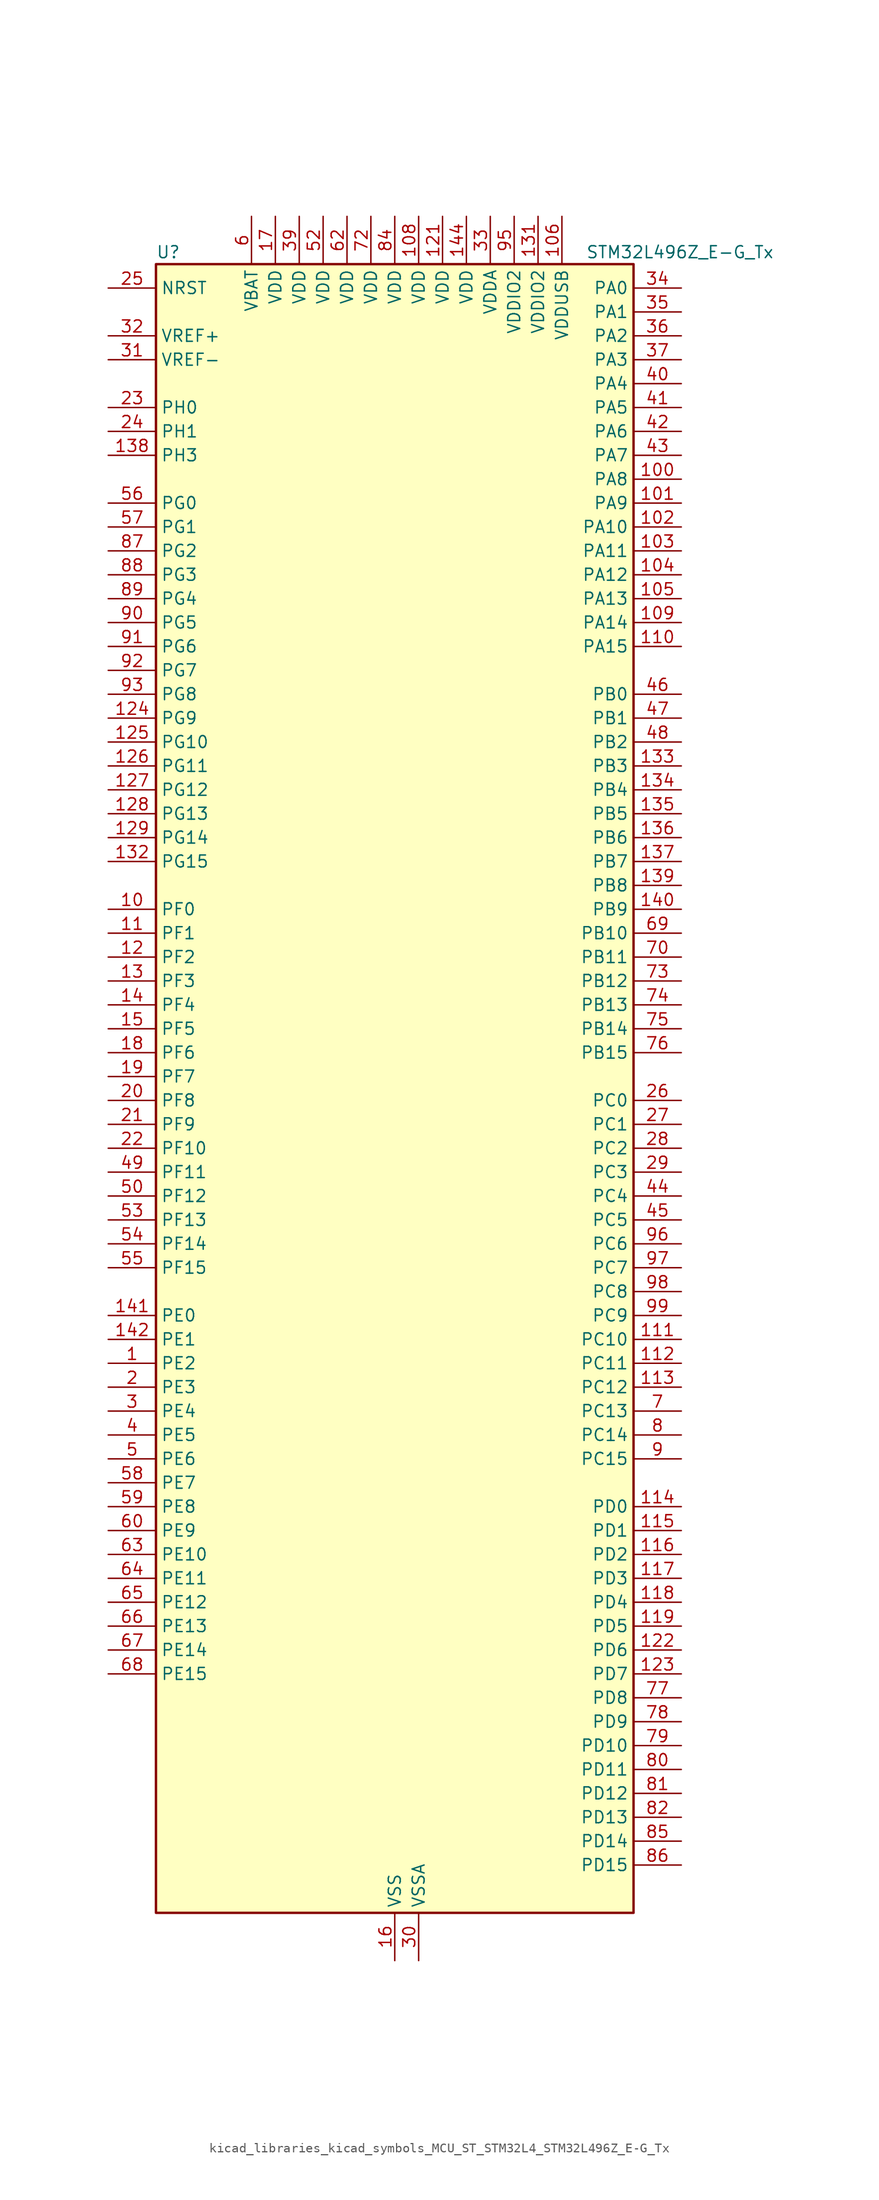
<source format=kicad_sym>
(kicad_symbol_lib
  (version 20220914)
  (generator kicad_symbol_editor)
  (symbol "kicad_libraries_kicad_symbols_MCU_ST_STM32L4_STM32L496Z_E-G_Tx"
    (property "Reference" "U"
      (at -25.4 90.17 0)
      (effects (font (size 1.27 1.27)) (justify left)))
    (property "Value" "STM32L496Z_E-G_Tx"
      (at 20.32 90.17 0)
      (effects (font (size 1.27 1.27)) (justify left)))
    (property "ki_locked" ""
      (at 0 0 0)
      (effects (font (size 1.27 1.27))))
    (symbol "kicad_libraries_kicad_symbols_MCU_ST_STM32L4_STM32L496Z_E-G_Tx_0_1"
      (rectangle (start -25.4 -86.36) (end 25.4 88.9) (stroke (width 0.254) (type default)) (fill (type background))))
    (symbol "kicad_libraries_kicad_symbols_MCU_ST_STM32L4_STM32L496Z_E-G_Tx_1_1"
      (pin bidirectional line (at -30.48 -27.94 0) (length 5.08) (name "PE2" (effects (font (size 1.27 1.27)))) (number "1" (effects (font (size 1.27 1.27)))) (alternate "FMC_A23" bidirectional line) (alternate "LCD_SEG38" bidirectional line) (alternate "SAI1_MCLK_A" bidirectional line) (alternate "SYS_TRACECLK" bidirectional line) (alternate "TIM3_ETR" bidirectional line) (alternate "TSC_G7_IO1" bidirectional line))
      (pin bidirectional line (at -30.48 20.32 0) (length 5.08) (name "PF0" (effects (font (size 1.27 1.27)))) (number "10" (effects (font (size 1.27 1.27)))) (alternate "FMC_A0" bidirectional line) (alternate "I2C2_SDA" bidirectional line))
      (pin bidirectional line (at 30.48 66.04 180) (length 5.08) (name "PA8" (effects (font (size 1.27 1.27)))) (number "100" (effects (font (size 1.27 1.27)))) (alternate "LCD_COM0" bidirectional line) (alternate "LPTIM2_OUT" bidirectional line) (alternate "RCC_MCO" bidirectional line) (alternate "SAI1_SCK_A" bidirectional line) (alternate "SWPMI1_IO" bidirectional line) (alternate "TIM1_CH1" bidirectional line) (alternate "USART1_CK" bidirectional line) (alternate "USB_OTG_FS_SOF" bidirectional line))
      (pin bidirectional line (at 30.48 63.5 180) (length 5.08) (name "PA9" (effects (font (size 1.27 1.27)))) (number "101" (effects (font (size 1.27 1.27)))) (alternate "DAC1_EXTI9" bidirectional line) (alternate "DCMI_D0" bidirectional line) (alternate "LCD_COM1" bidirectional line) (alternate "SAI1_FS_A" bidirectional line) (alternate "SPI2_SCK" bidirectional line) (alternate "TIM15_BKIN" bidirectional line) (alternate "TIM1_CH2" bidirectional line) (alternate "USART1_TX" bidirectional line) (alternate "USB_OTG_FS_VBUS" bidirectional line))
      (pin bidirectional line (at 30.48 60.96 180) (length 5.08) (name "PA10" (effects (font (size 1.27 1.27)))) (number "102" (effects (font (size 1.27 1.27)))) (alternate "DCMI_D1" bidirectional line) (alternate "LCD_COM2" bidirectional line) (alternate "SAI1_SD_A" bidirectional line) (alternate "TIM17_BKIN" bidirectional line) (alternate "TIM1_CH3" bidirectional line) (alternate "USART1_RX" bidirectional line) (alternate "USB_OTG_FS_ID" bidirectional line))
      (pin bidirectional line (at 30.48 58.42 180) (length 5.08) (name "PA11" (effects (font (size 1.27 1.27)))) (number "103" (effects (font (size 1.27 1.27)))) (alternate "ADC1_EXTI11" bidirectional line) (alternate "ADC2_EXTI11" bidirectional line) (alternate "ADC3_EXTI11" bidirectional line) (alternate "CAN1_RX" bidirectional line) (alternate "SPI1_MISO" bidirectional line) (alternate "TIM1_BKIN2" bidirectional line) (alternate "TIM1_BKIN2_COMP1" bidirectional line) (alternate "TIM1_CH4" bidirectional line) (alternate "USART1_CTS" bidirectional line) (alternate "USB_OTG_FS_DM" bidirectional line))
      (pin bidirectional line (at 30.48 55.88 180) (length 5.08) (name "PA12" (effects (font (size 1.27 1.27)))) (number "104" (effects (font (size 1.27 1.27)))) (alternate "CAN1_TX" bidirectional line) (alternate "SPI1_MOSI" bidirectional line) (alternate "TIM1_ETR" bidirectional line) (alternate "USART1_DE" bidirectional line) (alternate "USART1_RTS" bidirectional line) (alternate "USB_OTG_FS_DP" bidirectional line))
      (pin bidirectional line (at 30.48 53.34 180) (length 5.08) (name "PA13" (effects (font (size 1.27 1.27)))) (number "105" (effects (font (size 1.27 1.27)))) (alternate "IR_OUT" bidirectional line) (alternate "SAI1_SD_B" bidirectional line) (alternate "SWPMI1_TX" bidirectional line) (alternate "SYS_JTMS-SWDIO" bidirectional line) (alternate "USB_OTG_FS_NOE" bidirectional line))
      (pin power_in line (at 17.78 93.98 270) (length 5.08) (name "VDDUSB" (effects (font (size 1.27 1.27)))) (number "106" (effects (font (size 1.27 1.27)))))
      (pin passive line (at 0 -91.44 90) (length 5.08) hide (name "VSS" (effects (font (size 1.27 1.27)))) (number "107" (effects (font (size 1.27 1.27)))))
      (pin power_in line (at 2.54 93.98 270) (length 5.08) (name "VDD" (effects (font (size 1.27 1.27)))) (number "108" (effects (font (size 1.27 1.27)))))
      (pin bidirectional line (at 30.48 50.8 180) (length 5.08) (name "PA14" (effects (font (size 1.27 1.27)))) (number "109" (effects (font (size 1.27 1.27)))) (alternate "I2C1_SMBA" bidirectional line) (alternate "I2C4_SMBA" bidirectional line) (alternate "LPTIM1_OUT" bidirectional line) (alternate "SAI1_FS_B" bidirectional line) (alternate "SWPMI1_RX" bidirectional line) (alternate "SYS_JTCK-SWCLK" bidirectional line) (alternate "USB_OTG_FS_SOF" bidirectional line))
      (pin bidirectional line (at -30.48 17.78 0) (length 5.08) (name "PF1" (effects (font (size 1.27 1.27)))) (number "11" (effects (font (size 1.27 1.27)))) (alternate "FMC_A1" bidirectional line) (alternate "I2C2_SCL" bidirectional line))
      (pin bidirectional line (at 30.48 48.26 180) (length 5.08) (name "PA15" (effects (font (size 1.27 1.27)))) (number "110" (effects (font (size 1.27 1.27)))) (alternate "ADC1_EXTI15" bidirectional line) (alternate "ADC2_EXTI15" bidirectional line) (alternate "ADC3_EXTI15" bidirectional line) (alternate "LCD_SEG17" bidirectional line) (alternate "SAI2_FS_B" bidirectional line) (alternate "SPI1_NSS" bidirectional line) (alternate "SPI3_NSS" bidirectional line) (alternate "SWPMI1_SUSPEND" bidirectional line) (alternate "SYS_JTDI" bidirectional line) (alternate "TIM2_CH1" bidirectional line) (alternate "TIM2_ETR" bidirectional line) (alternate "TSC_G3_IO1" bidirectional line) (alternate "UART4_DE" bidirectional line) (alternate "UART4_RTS" bidirectional line) (alternate "USART2_RX" bidirectional line) (alternate "USART3_DE" bidirectional line) (alternate "USART3_RTS" bidirectional line))
      (pin bidirectional line (at 30.48 -25.4 180) (length 5.08) (name "PC10" (effects (font (size 1.27 1.27)))) (number "111" (effects (font (size 1.27 1.27)))) (alternate "DCMI_D8" bidirectional line) (alternate "LCD_COM4" bidirectional line) (alternate "LCD_SEG28" bidirectional line) (alternate "LCD_SEG40" bidirectional line) (alternate "SAI2_SCK_B" bidirectional line) (alternate "SDMMC1_D2" bidirectional line) (alternate "SPI3_SCK" bidirectional line) (alternate "SYS_TRACED1" bidirectional line) (alternate "TSC_G3_IO2" bidirectional line) (alternate "UART4_TX" bidirectional line) (alternate "USART3_TX" bidirectional line))
      (pin bidirectional line (at 30.48 -27.94 180) (length 5.08) (name "PC11" (effects (font (size 1.27 1.27)))) (number "112" (effects (font (size 1.27 1.27)))) (alternate "ADC1_EXTI11" bidirectional line) (alternate "ADC2_EXTI11" bidirectional line) (alternate "ADC3_EXTI11" bidirectional line) (alternate "DCMI_D4" bidirectional line) (alternate "LCD_COM5" bidirectional line) (alternate "LCD_SEG29" bidirectional line) (alternate "LCD_SEG41" bidirectional line) (alternate "QUADSPI_BK2_NCS" bidirectional line) (alternate "SAI2_MCLK_B" bidirectional line) (alternate "SDMMC1_D3" bidirectional line) (alternate "SPI3_MISO" bidirectional line) (alternate "TSC_G3_IO3" bidirectional line) (alternate "UART4_RX" bidirectional line) (alternate "USART3_RX" bidirectional line))
      (pin bidirectional line (at 30.48 -30.48 180) (length 5.08) (name "PC12" (effects (font (size 1.27 1.27)))) (number "113" (effects (font (size 1.27 1.27)))) (alternate "DCMI_D9" bidirectional line) (alternate "LCD_COM6" bidirectional line) (alternate "LCD_SEG30" bidirectional line) (alternate "LCD_SEG42" bidirectional line) (alternate "SAI2_SD_B" bidirectional line) (alternate "SDMMC1_CK" bidirectional line) (alternate "SPI3_MOSI" bidirectional line) (alternate "SYS_TRACED3" bidirectional line) (alternate "TSC_G3_IO4" bidirectional line) (alternate "UART5_TX" bidirectional line) (alternate "USART3_CK" bidirectional line))
      (pin bidirectional line (at 30.48 -43.18 180) (length 5.08) (name "PD0" (effects (font (size 1.27 1.27)))) (number "114" (effects (font (size 1.27 1.27)))) (alternate "CAN1_RX" bidirectional line) (alternate "DFSDM1_DATIN7" bidirectional line) (alternate "FMC_D2" bidirectional line) (alternate "FMC_DA2" bidirectional line) (alternate "SPI2_NSS" bidirectional line))
      (pin bidirectional line (at 30.48 -45.72 180) (length 5.08) (name "PD1" (effects (font (size 1.27 1.27)))) (number "115" (effects (font (size 1.27 1.27)))) (alternate "CAN1_TX" bidirectional line) (alternate "DFSDM1_CKIN7" bidirectional line) (alternate "FMC_D3" bidirectional line) (alternate "FMC_DA3" bidirectional line) (alternate "SPI2_SCK" bidirectional line))
      (pin bidirectional line (at 30.48 -48.26 180) (length 5.08) (name "PD2" (effects (font (size 1.27 1.27)))) (number "116" (effects (font (size 1.27 1.27)))) (alternate "DCMI_D11" bidirectional line) (alternate "LCD_COM7" bidirectional line) (alternate "LCD_SEG31" bidirectional line) (alternate "LCD_SEG43" bidirectional line) (alternate "SDMMC1_CMD" bidirectional line) (alternate "SYS_TRACED2" bidirectional line) (alternate "TIM3_ETR" bidirectional line) (alternate "TSC_SYNC" bidirectional line) (alternate "UART5_RX" bidirectional line) (alternate "USART3_DE" bidirectional line) (alternate "USART3_RTS" bidirectional line))
      (pin bidirectional line (at 30.48 -50.8 180) (length 5.08) (name "PD3" (effects (font (size 1.27 1.27)))) (number "117" (effects (font (size 1.27 1.27)))) (alternate "DCMI_D5" bidirectional line) (alternate "DFSDM1_DATIN0" bidirectional line) (alternate "FMC_CLK" bidirectional line) (alternate "QUADSPI_BK2_NCS" bidirectional line) (alternate "SPI2_MISO" bidirectional line) (alternate "SPI2_SCK" bidirectional line) (alternate "USART2_CTS" bidirectional line))
      (pin bidirectional line (at 30.48 -53.34 180) (length 5.08) (name "PD4" (effects (font (size 1.27 1.27)))) (number "118" (effects (font (size 1.27 1.27)))) (alternate "DFSDM1_CKIN0" bidirectional line) (alternate "FMC_NOE" bidirectional line) (alternate "QUADSPI_BK2_IO0" bidirectional line) (alternate "SPI2_MOSI" bidirectional line) (alternate "USART2_DE" bidirectional line) (alternate "USART2_RTS" bidirectional line))
      (pin bidirectional line (at 30.48 -55.88 180) (length 5.08) (name "PD5" (effects (font (size 1.27 1.27)))) (number "119" (effects (font (size 1.27 1.27)))) (alternate "FMC_NWE" bidirectional line) (alternate "QUADSPI_BK2_IO1" bidirectional line) (alternate "USART2_TX" bidirectional line))
      (pin bidirectional line (at -30.48 15.24 0) (length 5.08) (name "PF2" (effects (font (size 1.27 1.27)))) (number "12" (effects (font (size 1.27 1.27)))) (alternate "FMC_A2" bidirectional line) (alternate "I2C2_SMBA" bidirectional line))
      (pin passive line (at 0 -91.44 90) (length 5.08) hide (name "VSS" (effects (font (size 1.27 1.27)))) (number "120" (effects (font (size 1.27 1.27)))))
      (pin power_in line (at 5.08 93.98 270) (length 5.08) (name "VDD" (effects (font (size 1.27 1.27)))) (number "121" (effects (font (size 1.27 1.27)))))
      (pin bidirectional line (at 30.48 -58.42 180) (length 5.08) (name "PD6" (effects (font (size 1.27 1.27)))) (number "122" (effects (font (size 1.27 1.27)))) (alternate "DCMI_D10" bidirectional line) (alternate "DFSDM1_DATIN1" bidirectional line) (alternate "FMC_NWAIT" bidirectional line) (alternate "QUADSPI_BK2_IO1" bidirectional line) (alternate "QUADSPI_BK2_IO2" bidirectional line) (alternate "SAI1_SD_A" bidirectional line) (alternate "USART2_RX" bidirectional line))
      (pin bidirectional line (at 30.48 -60.96 180) (length 5.08) (name "PD7" (effects (font (size 1.27 1.27)))) (number "123" (effects (font (size 1.27 1.27)))) (alternate "DFSDM1_CKIN1" bidirectional line) (alternate "FMC_NE1" bidirectional line) (alternate "QUADSPI_BK2_IO3" bidirectional line) (alternate "USART2_CK" bidirectional line))
      (pin bidirectional line (at -30.48 40.64 0) (length 5.08) (name "PG9" (effects (font (size 1.27 1.27)))) (number "124" (effects (font (size 1.27 1.27)))) (alternate "DAC1_EXTI9" bidirectional line) (alternate "FMC_NCE" bidirectional line) (alternate "FMC_NE2" bidirectional line) (alternate "SAI2_SCK_A" bidirectional line) (alternate "SPI3_SCK" bidirectional line) (alternate "TIM15_CH1N" bidirectional line) (alternate "USART1_TX" bidirectional line))
      (pin bidirectional line (at -30.48 38.1 0) (length 5.08) (name "PG10" (effects (font (size 1.27 1.27)))) (number "125" (effects (font (size 1.27 1.27)))) (alternate "FMC_NE3" bidirectional line) (alternate "LPTIM1_IN1" bidirectional line) (alternate "SAI2_FS_A" bidirectional line) (alternate "SPI3_MISO" bidirectional line) (alternate "TIM15_CH1" bidirectional line) (alternate "USART1_RX" bidirectional line))
      (pin bidirectional line (at -30.48 35.56 0) (length 5.08) (name "PG11" (effects (font (size 1.27 1.27)))) (number "126" (effects (font (size 1.27 1.27)))) (alternate "ADC1_EXTI11" bidirectional line) (alternate "ADC2_EXTI11" bidirectional line) (alternate "ADC3_EXTI11" bidirectional line) (alternate "LPTIM1_IN2" bidirectional line) (alternate "SAI2_MCLK_A" bidirectional line) (alternate "SPI3_MOSI" bidirectional line) (alternate "TIM15_CH2" bidirectional line) (alternate "USART1_CTS" bidirectional line))
      (pin bidirectional line (at -30.48 33.02 0) (length 5.08) (name "PG12" (effects (font (size 1.27 1.27)))) (number "127" (effects (font (size 1.27 1.27)))) (alternate "FMC_NE4" bidirectional line) (alternate "LPTIM1_ETR" bidirectional line) (alternate "SAI2_SD_A" bidirectional line) (alternate "SPI3_NSS" bidirectional line) (alternate "USART1_DE" bidirectional line) (alternate "USART1_RTS" bidirectional line))
      (pin bidirectional line (at -30.48 30.48 0) (length 5.08) (name "PG13" (effects (font (size 1.27 1.27)))) (number "128" (effects (font (size 1.27 1.27)))) (alternate "FMC_A24" bidirectional line) (alternate "I2C1_SDA" bidirectional line) (alternate "USART1_CK" bidirectional line))
      (pin bidirectional line (at -30.48 27.94 0) (length 5.08) (name "PG14" (effects (font (size 1.27 1.27)))) (number "129" (effects (font (size 1.27 1.27)))) (alternate "FMC_A25" bidirectional line) (alternate "I2C1_SCL" bidirectional line))
      (pin bidirectional line (at -30.48 12.7 0) (length 5.08) (name "PF3" (effects (font (size 1.27 1.27)))) (number "13" (effects (font (size 1.27 1.27)))) (alternate "ADC3_IN6" bidirectional line) (alternate "FMC_A3" bidirectional line))
      (pin passive line (at 0 -91.44 90) (length 5.08) hide (name "VSS" (effects (font (size 1.27 1.27)))) (number "130" (effects (font (size 1.27 1.27)))))
      (pin power_in line (at 15.24 93.98 270) (length 5.08) (name "VDDIO2" (effects (font (size 1.27 1.27)))) (number "131" (effects (font (size 1.27 1.27)))))
      (pin bidirectional line (at -30.48 25.4 0) (length 5.08) (name "PG15" (effects (font (size 1.27 1.27)))) (number "132" (effects (font (size 1.27 1.27)))) (alternate "ADC1_EXTI15" bidirectional line) (alternate "ADC2_EXTI15" bidirectional line) (alternate "ADC3_EXTI15" bidirectional line) (alternate "DCMI_D13" bidirectional line) (alternate "I2C1_SMBA" bidirectional line) (alternate "LPTIM1_OUT" bidirectional line))
      (pin bidirectional line (at 30.48 35.56 180) (length 5.08) (name "PB3" (effects (font (size 1.27 1.27)))) (number "133" (effects (font (size 1.27 1.27)))) (alternate "COMP2_INM" bidirectional line) (alternate "CRS_SYNC" bidirectional line) (alternate "LCD_SEG7" bidirectional line) (alternate "SAI1_SCK_B" bidirectional line) (alternate "SPI1_SCK" bidirectional line) (alternate "SPI3_SCK" bidirectional line) (alternate "SYS_JTDO-SWO" bidirectional line) (alternate "TIM2_CH2" bidirectional line) (alternate "USART1_DE" bidirectional line) (alternate "USART1_RTS" bidirectional line))
      (pin bidirectional line (at 30.48 33.02 180) (length 5.08) (name "PB4" (effects (font (size 1.27 1.27)))) (number "134" (effects (font (size 1.27 1.27)))) (alternate "COMP2_INP" bidirectional line) (alternate "DCMI_D12" bidirectional line) (alternate "I2C3_SDA" bidirectional line) (alternate "LCD_SEG8" bidirectional line) (alternate "SAI1_MCLK_B" bidirectional line) (alternate "SPI1_MISO" bidirectional line) (alternate "SPI3_MISO" bidirectional line) (alternate "SYS_JTRST" bidirectional line) (alternate "TIM17_BKIN" bidirectional line) (alternate "TIM3_CH1" bidirectional line) (alternate "TSC_G2_IO1" bidirectional line) (alternate "UART5_DE" bidirectional line) (alternate "UART5_RTS" bidirectional line) (alternate "USART1_CTS" bidirectional line))
      (pin bidirectional line (at 30.48 30.48 180) (length 5.08) (name "PB5" (effects (font (size 1.27 1.27)))) (number "135" (effects (font (size 1.27 1.27)))) (alternate "CAN2_RX" bidirectional line) (alternate "COMP2_OUT" bidirectional line) (alternate "DCMI_D10" bidirectional line) (alternate "I2C1_SMBA" bidirectional line) (alternate "LCD_SEG9" bidirectional line) (alternate "LPTIM1_IN1" bidirectional line) (alternate "SAI1_SD_B" bidirectional line) (alternate "SPI1_MOSI" bidirectional line) (alternate "SPI3_MOSI" bidirectional line) (alternate "TIM16_BKIN" bidirectional line) (alternate "TIM3_CH2" bidirectional line) (alternate "TSC_G2_IO2" bidirectional line) (alternate "UART5_CTS" bidirectional line) (alternate "USART1_CK" bidirectional line))
      (pin bidirectional line (at 30.48 27.94 180) (length 5.08) (name "PB6" (effects (font (size 1.27 1.27)))) (number "136" (effects (font (size 1.27 1.27)))) (alternate "CAN2_TX" bidirectional line) (alternate "COMP2_INP" bidirectional line) (alternate "DCMI_D5" bidirectional line) (alternate "DFSDM1_DATIN5" bidirectional line) (alternate "I2C1_SCL" bidirectional line) (alternate "I2C4_SCL" bidirectional line) (alternate "LPTIM1_ETR" bidirectional line) (alternate "SAI1_FS_B" bidirectional line) (alternate "TIM16_CH1N" bidirectional line) (alternate "TIM4_CH1" bidirectional line) (alternate "TIM8_BKIN2" bidirectional line) (alternate "TIM8_BKIN2_COMP2" bidirectional line) (alternate "TSC_G2_IO3" bidirectional line) (alternate "USART1_TX" bidirectional line))
      (pin bidirectional line (at 30.48 25.4 180) (length 5.08) (name "PB7" (effects (font (size 1.27 1.27)))) (number "137" (effects (font (size 1.27 1.27)))) (alternate "COMP2_INM" bidirectional line) (alternate "DCMI_VSYNC" bidirectional line) (alternate "DFSDM1_CKIN5" bidirectional line) (alternate "FMC_NL" bidirectional line) (alternate "I2C1_SDA" bidirectional line) (alternate "I2C4_SDA" bidirectional line) (alternate "LCD_SEG21" bidirectional line) (alternate "LPTIM1_IN2" bidirectional line) (alternate "SYS_PVD_IN" bidirectional line) (alternate "TIM17_CH1N" bidirectional line) (alternate "TIM4_CH2" bidirectional line) (alternate "TIM8_BKIN" bidirectional line) (alternate "TIM8_BKIN_COMP1" bidirectional line) (alternate "TSC_G2_IO4" bidirectional line) (alternate "UART4_CTS" bidirectional line) (alternate "USART1_RX" bidirectional line))
      (pin bidirectional line (at -30.48 68.58 0) (length 5.08) (name "PH3" (effects (font (size 1.27 1.27)))) (number "138" (effects (font (size 1.27 1.27)))))
      (pin bidirectional line (at 30.48 22.86 180) (length 5.08) (name "PB8" (effects (font (size 1.27 1.27)))) (number "139" (effects (font (size 1.27 1.27)))) (alternate "CAN1_RX" bidirectional line) (alternate "DCMI_D6" bidirectional line) (alternate "DFSDM1_DATIN6" bidirectional line) (alternate "I2C1_SCL" bidirectional line) (alternate "LCD_SEG16" bidirectional line) (alternate "SAI1_MCLK_A" bidirectional line) (alternate "SDMMC1_D4" bidirectional line) (alternate "TIM16_CH1" bidirectional line) (alternate "TIM4_CH3" bidirectional line))
      (pin bidirectional line (at -30.48 10.16 0) (length 5.08) (name "PF4" (effects (font (size 1.27 1.27)))) (number "14" (effects (font (size 1.27 1.27)))) (alternate "ADC3_IN7" bidirectional line) (alternate "FMC_A4" bidirectional line))
      (pin bidirectional line (at 30.48 20.32 180) (length 5.08) (name "PB9" (effects (font (size 1.27 1.27)))) (number "140" (effects (font (size 1.27 1.27)))) (alternate "CAN1_TX" bidirectional line) (alternate "DAC1_EXTI9" bidirectional line) (alternate "DCMI_D7" bidirectional line) (alternate "DFSDM1_CKIN6" bidirectional line) (alternate "I2C1_SDA" bidirectional line) (alternate "IR_OUT" bidirectional line) (alternate "LCD_COM3" bidirectional line) (alternate "SAI1_FS_A" bidirectional line) (alternate "SDMMC1_D5" bidirectional line) (alternate "SPI2_NSS" bidirectional line) (alternate "TIM17_CH1" bidirectional line) (alternate "TIM4_CH4" bidirectional line))
      (pin bidirectional line (at -30.48 -22.86 0) (length 5.08) (name "PE0" (effects (font (size 1.27 1.27)))) (number "141" (effects (font (size 1.27 1.27)))) (alternate "DCMI_D2" bidirectional line) (alternate "FMC_NBL0" bidirectional line) (alternate "LCD_SEG36" bidirectional line) (alternate "TIM16_CH1" bidirectional line) (alternate "TIM4_ETR" bidirectional line))
      (pin bidirectional line (at -30.48 -25.4 0) (length 5.08) (name "PE1" (effects (font (size 1.27 1.27)))) (number "142" (effects (font (size 1.27 1.27)))) (alternate "DCMI_D3" bidirectional line) (alternate "FMC_NBL1" bidirectional line) (alternate "LCD_SEG37" bidirectional line) (alternate "TIM17_CH1" bidirectional line))
      (pin passive line (at 0 -91.44 90) (length 5.08) hide (name "VSS" (effects (font (size 1.27 1.27)))) (number "143" (effects (font (size 1.27 1.27)))))
      (pin power_in line (at 7.62 93.98 270) (length 5.08) (name "VDD" (effects (font (size 1.27 1.27)))) (number "144" (effects (font (size 1.27 1.27)))))
      (pin bidirectional line (at -30.48 7.62 0) (length 5.08) (name "PF5" (effects (font (size 1.27 1.27)))) (number "15" (effects (font (size 1.27 1.27)))) (alternate "ADC3_IN8" bidirectional line) (alternate "FMC_A5" bidirectional line))
      (pin power_in line (at 0 -91.44 90) (length 5.08) (name "VSS" (effects (font (size 1.27 1.27)))) (number "16" (effects (font (size 1.27 1.27)))))
      (pin power_in line (at -12.7 93.98 270) (length 5.08) (name "VDD" (effects (font (size 1.27 1.27)))) (number "17" (effects (font (size 1.27 1.27)))))
      (pin bidirectional line (at -30.48 5.08 0) (length 5.08) (name "PF6" (effects (font (size 1.27 1.27)))) (number "18" (effects (font (size 1.27 1.27)))) (alternate "ADC3_IN9" bidirectional line) (alternate "QUADSPI_BK1_IO3" bidirectional line) (alternate "SAI1_SD_B" bidirectional line) (alternate "TIM5_CH1" bidirectional line) (alternate "TIM5_ETR" bidirectional line))
      (pin bidirectional line (at -30.48 2.54 0) (length 5.08) (name "PF7" (effects (font (size 1.27 1.27)))) (number "19" (effects (font (size 1.27 1.27)))) (alternate "ADC3_IN10" bidirectional line) (alternate "QUADSPI_BK1_IO2" bidirectional line) (alternate "SAI1_MCLK_B" bidirectional line) (alternate "TIM5_CH2" bidirectional line))
      (pin bidirectional line (at -30.48 -30.48 0) (length 5.08) (name "PE3" (effects (font (size 1.27 1.27)))) (number "2" (effects (font (size 1.27 1.27)))) (alternate "FMC_A19" bidirectional line) (alternate "LCD_SEG39" bidirectional line) (alternate "SAI1_SD_B" bidirectional line) (alternate "SYS_TRACED0" bidirectional line) (alternate "TIM3_CH1" bidirectional line) (alternate "TSC_G7_IO2" bidirectional line))
      (pin bidirectional line (at -30.48 0 0) (length 5.08) (name "PF8" (effects (font (size 1.27 1.27)))) (number "20" (effects (font (size 1.27 1.27)))) (alternate "ADC3_IN11" bidirectional line) (alternate "QUADSPI_BK1_IO0" bidirectional line) (alternate "SAI1_SCK_B" bidirectional line) (alternate "TIM5_CH3" bidirectional line))
      (pin bidirectional line (at -30.48 -2.54 0) (length 5.08) (name "PF9" (effects (font (size 1.27 1.27)))) (number "21" (effects (font (size 1.27 1.27)))) (alternate "ADC3_IN12" bidirectional line) (alternate "DAC1_EXTI9" bidirectional line) (alternate "QUADSPI_BK1_IO1" bidirectional line) (alternate "SAI1_FS_B" bidirectional line) (alternate "TIM15_CH1" bidirectional line) (alternate "TIM5_CH4" bidirectional line))
      (pin bidirectional line (at -30.48 -5.08 0) (length 5.08) (name "PF10" (effects (font (size 1.27 1.27)))) (number "22" (effects (font (size 1.27 1.27)))) (alternate "ADC3_IN13" bidirectional line) (alternate "DCMI_D11" bidirectional line) (alternate "QUADSPI_CLK" bidirectional line) (alternate "TIM15_CH2" bidirectional line))
      (pin bidirectional line (at -30.48 73.66 0) (length 5.08) (name "PH0" (effects (font (size 1.27 1.27)))) (number "23" (effects (font (size 1.27 1.27)))) (alternate "RCC_OSC_IN" bidirectional line))
      (pin bidirectional line (at -30.48 71.12 0) (length 5.08) (name "PH1" (effects (font (size 1.27 1.27)))) (number "24" (effects (font (size 1.27 1.27)))) (alternate "RCC_OSC_OUT" bidirectional line))
      (pin input line (at -30.48 86.36 0) (length 5.08) (name "NRST" (effects (font (size 1.27 1.27)))) (number "25" (effects (font (size 1.27 1.27)))))
      (pin bidirectional line (at 30.48 0 180) (length 5.08) (name "PC0" (effects (font (size 1.27 1.27)))) (number "26" (effects (font (size 1.27 1.27)))) (alternate "ADC1_IN1" bidirectional line) (alternate "ADC2_IN1" bidirectional line) (alternate "ADC3_IN1" bidirectional line) (alternate "DFSDM1_DATIN4" bidirectional line) (alternate "I2C3_SCL" bidirectional line) (alternate "I2C4_SCL" bidirectional line) (alternate "LCD_SEG18" bidirectional line) (alternate "LPTIM1_IN1" bidirectional line) (alternate "LPTIM2_IN1" bidirectional line) (alternate "LPUART1_RX" bidirectional line))
      (pin bidirectional line (at 30.48 -2.54 180) (length 5.08) (name "PC1" (effects (font (size 1.27 1.27)))) (number "27" (effects (font (size 1.27 1.27)))) (alternate "ADC1_IN2" bidirectional line) (alternate "ADC2_IN2" bidirectional line) (alternate "ADC3_IN2" bidirectional line) (alternate "DFSDM1_CKIN4" bidirectional line) (alternate "I2C3_SDA" bidirectional line) (alternate "I2C4_SDA" bidirectional line) (alternate "LCD_SEG19" bidirectional line) (alternate "LPTIM1_OUT" bidirectional line) (alternate "LPUART1_TX" bidirectional line) (alternate "QUADSPI_BK2_IO0" bidirectional line) (alternate "SAI1_SD_A" bidirectional line) (alternate "SPI2_MOSI" bidirectional line) (alternate "SYS_TRACED0" bidirectional line))
      (pin bidirectional line (at 30.48 -5.08 180) (length 5.08) (name "PC2" (effects (font (size 1.27 1.27)))) (number "28" (effects (font (size 1.27 1.27)))) (alternate "ADC1_IN3" bidirectional line) (alternate "ADC2_IN3" bidirectional line) (alternate "ADC3_IN3" bidirectional line) (alternate "DFSDM1_CKOUT" bidirectional line) (alternate "LCD_SEG20" bidirectional line) (alternate "LPTIM1_IN2" bidirectional line) (alternate "QUADSPI_BK2_IO1" bidirectional line) (alternate "SPI2_MISO" bidirectional line))
      (pin bidirectional line (at 30.48 -7.62 180) (length 5.08) (name "PC3" (effects (font (size 1.27 1.27)))) (number "29" (effects (font (size 1.27 1.27)))) (alternate "ADC1_IN4" bidirectional line) (alternate "ADC2_IN4" bidirectional line) (alternate "ADC3_IN4" bidirectional line) (alternate "LCD_VLCD" bidirectional line) (alternate "LPTIM1_ETR" bidirectional line) (alternate "LPTIM2_ETR" bidirectional line) (alternate "QUADSPI_BK2_IO2" bidirectional line) (alternate "SAI1_SD_A" bidirectional line) (alternate "SPI2_MOSI" bidirectional line))
      (pin bidirectional line (at -30.48 -33.02 0) (length 5.08) (name "PE4" (effects (font (size 1.27 1.27)))) (number "3" (effects (font (size 1.27 1.27)))) (alternate "DCMI_D4" bidirectional line) (alternate "DFSDM1_DATIN3" bidirectional line) (alternate "FMC_A20" bidirectional line) (alternate "SAI1_FS_A" bidirectional line) (alternate "SYS_TRACED1" bidirectional line) (alternate "TIM3_CH2" bidirectional line) (alternate "TSC_G7_IO3" bidirectional line))
      (pin power_in line (at 2.54 -91.44 90) (length 5.08) (name "VSSA" (effects (font (size 1.27 1.27)))) (number "30" (effects (font (size 1.27 1.27)))))
      (pin input line (at -30.48 78.74 0) (length 5.08) (name "VREF-" (effects (font (size 1.27 1.27)))) (number "31" (effects (font (size 1.27 1.27)))))
      (pin input line (at -30.48 81.28 0) (length 5.08) (name "VREF+" (effects (font (size 1.27 1.27)))) (number "32" (effects (font (size 1.27 1.27)))) (alternate "VREFBUF_OUT" bidirectional line))
      (pin power_in line (at 10.16 93.98 270) (length 5.08) (name "VDDA" (effects (font (size 1.27 1.27)))) (number "33" (effects (font (size 1.27 1.27)))))
      (pin bidirectional line (at 30.48 86.36 180) (length 5.08) (name "PA0" (effects (font (size 1.27 1.27)))) (number "34" (effects (font (size 1.27 1.27)))) (alternate "ADC1_IN5" bidirectional line) (alternate "ADC2_IN5" bidirectional line) (alternate "OPAMP1_VINP" bidirectional line) (alternate "RTC_TAMP2" bidirectional line) (alternate "SAI1_EXTCLK" bidirectional line) (alternate "SYS_WKUP1" bidirectional line) (alternate "TIM2_CH1" bidirectional line) (alternate "TIM2_ETR" bidirectional line) (alternate "TIM5_CH1" bidirectional line) (alternate "TIM8_ETR" bidirectional line) (alternate "UART4_TX" bidirectional line) (alternate "USART2_CTS" bidirectional line))
      (pin bidirectional line (at 30.48 83.82 180) (length 5.08) (name "PA1" (effects (font (size 1.27 1.27)))) (number "35" (effects (font (size 1.27 1.27)))) (alternate "ADC1_IN6" bidirectional line) (alternate "ADC2_IN6" bidirectional line) (alternate "I2C1_SMBA" bidirectional line) (alternate "LCD_SEG0" bidirectional line) (alternate "OPAMP1_VINM" bidirectional line) (alternate "SPI1_SCK" bidirectional line) (alternate "TIM15_CH1N" bidirectional line) (alternate "TIM2_CH2" bidirectional line) (alternate "TIM5_CH2" bidirectional line) (alternate "UART4_RX" bidirectional line) (alternate "USART2_DE" bidirectional line) (alternate "USART2_RTS" bidirectional line))
      (pin bidirectional line (at 30.48 81.28 180) (length 5.08) (name "PA2" (effects (font (size 1.27 1.27)))) (number "36" (effects (font (size 1.27 1.27)))) (alternate "ADC1_IN7" bidirectional line) (alternate "ADC2_IN7" bidirectional line) (alternate "LCD_SEG1" bidirectional line) (alternate "LPUART1_TX" bidirectional line) (alternate "QUADSPI_BK1_NCS" bidirectional line) (alternate "RCC_LSCO" bidirectional line) (alternate "SAI2_EXTCLK" bidirectional line) (alternate "SYS_WKUP4" bidirectional line) (alternate "TIM15_CH1" bidirectional line) (alternate "TIM2_CH3" bidirectional line) (alternate "TIM5_CH3" bidirectional line) (alternate "USART2_TX" bidirectional line))
      (pin bidirectional line (at 30.48 78.74 180) (length 5.08) (name "PA3" (effects (font (size 1.27 1.27)))) (number "37" (effects (font (size 1.27 1.27)))) (alternate "ADC1_IN8" bidirectional line) (alternate "ADC2_IN8" bidirectional line) (alternate "LCD_SEG2" bidirectional line) (alternate "LPUART1_RX" bidirectional line) (alternate "OPAMP1_VOUT" bidirectional line) (alternate "QUADSPI_CLK" bidirectional line) (alternate "SAI1_MCLK_A" bidirectional line) (alternate "TIM15_CH2" bidirectional line) (alternate "TIM2_CH4" bidirectional line) (alternate "TIM5_CH4" bidirectional line) (alternate "USART2_RX" bidirectional line))
      (pin passive line (at 0 -91.44 90) (length 5.08) hide (name "VSS" (effects (font (size 1.27 1.27)))) (number "38" (effects (font (size 1.27 1.27)))))
      (pin power_in line (at -10.16 93.98 270) (length 5.08) (name "VDD" (effects (font (size 1.27 1.27)))) (number "39" (effects (font (size 1.27 1.27)))))
      (pin bidirectional line (at -30.48 -35.56 0) (length 5.08) (name "PE5" (effects (font (size 1.27 1.27)))) (number "4" (effects (font (size 1.27 1.27)))) (alternate "DCMI_D6" bidirectional line) (alternate "DFSDM1_CKIN3" bidirectional line) (alternate "FMC_A21" bidirectional line) (alternate "SAI1_SCK_A" bidirectional line) (alternate "SYS_TRACED2" bidirectional line) (alternate "TIM3_CH3" bidirectional line) (alternate "TSC_G7_IO4" bidirectional line))
      (pin bidirectional line (at 30.48 76.2 180) (length 5.08) (name "PA4" (effects (font (size 1.27 1.27)))) (number "40" (effects (font (size 1.27 1.27)))) (alternate "ADC1_IN9" bidirectional line) (alternate "ADC2_IN9" bidirectional line) (alternate "DAC1_OUT1" bidirectional line) (alternate "DCMI_HSYNC" bidirectional line) (alternate "LPTIM2_OUT" bidirectional line) (alternate "SAI1_FS_B" bidirectional line) (alternate "SPI1_NSS" bidirectional line) (alternate "SPI3_NSS" bidirectional line) (alternate "USART2_CK" bidirectional line))
      (pin bidirectional line (at 30.48 73.66 180) (length 5.08) (name "PA5" (effects (font (size 1.27 1.27)))) (number "41" (effects (font (size 1.27 1.27)))) (alternate "ADC1_IN10" bidirectional line) (alternate "ADC2_IN10" bidirectional line) (alternate "DAC1_OUT2" bidirectional line) (alternate "LPTIM2_ETR" bidirectional line) (alternate "SPI1_SCK" bidirectional line) (alternate "TIM2_CH1" bidirectional line) (alternate "TIM2_ETR" bidirectional line) (alternate "TIM8_CH1N" bidirectional line))
      (pin bidirectional line (at 30.48 71.12 180) (length 5.08) (name "PA6" (effects (font (size 1.27 1.27)))) (number "42" (effects (font (size 1.27 1.27)))) (alternate "ADC1_IN11" bidirectional line) (alternate "ADC2_IN11" bidirectional line) (alternate "DCMI_PIXCLK" bidirectional line) (alternate "LCD_SEG3" bidirectional line) (alternate "LPUART1_CTS" bidirectional line) (alternate "OPAMP2_VINP" bidirectional line) (alternate "QUADSPI_BK1_IO3" bidirectional line) (alternate "SPI1_MISO" bidirectional line) (alternate "TIM16_CH1" bidirectional line) (alternate "TIM1_BKIN" bidirectional line) (alternate "TIM1_BKIN_COMP2" bidirectional line) (alternate "TIM3_CH1" bidirectional line) (alternate "TIM8_BKIN" bidirectional line) (alternate "TIM8_BKIN_COMP2" bidirectional line) (alternate "USART3_CTS" bidirectional line))
      (pin bidirectional line (at 30.48 68.58 180) (length 5.08) (name "PA7" (effects (font (size 1.27 1.27)))) (number "43" (effects (font (size 1.27 1.27)))) (alternate "ADC1_IN12" bidirectional line) (alternate "ADC2_IN12" bidirectional line) (alternate "I2C3_SCL" bidirectional line) (alternate "LCD_SEG4" bidirectional line) (alternate "OPAMP2_VINM" bidirectional line) (alternate "QUADSPI_BK1_IO2" bidirectional line) (alternate "SPI1_MOSI" bidirectional line) (alternate "TIM17_CH1" bidirectional line) (alternate "TIM1_CH1N" bidirectional line) (alternate "TIM3_CH2" bidirectional line) (alternate "TIM8_CH1N" bidirectional line))
      (pin bidirectional line (at 30.48 -10.16 180) (length 5.08) (name "PC4" (effects (font (size 1.27 1.27)))) (number "44" (effects (font (size 1.27 1.27)))) (alternate "ADC1_IN13" bidirectional line) (alternate "ADC2_IN13" bidirectional line) (alternate "COMP1_INM" bidirectional line) (alternate "LCD_SEG22" bidirectional line) (alternate "QUADSPI_BK2_IO3" bidirectional line) (alternate "USART3_TX" bidirectional line))
      (pin bidirectional line (at 30.48 -12.7 180) (length 5.08) (name "PC5" (effects (font (size 1.27 1.27)))) (number "45" (effects (font (size 1.27 1.27)))) (alternate "ADC1_IN14" bidirectional line) (alternate "ADC2_IN14" bidirectional line) (alternate "COMP1_INP" bidirectional line) (alternate "LCD_SEG23" bidirectional line) (alternate "SYS_WKUP5" bidirectional line) (alternate "USART3_RX" bidirectional line))
      (pin bidirectional line (at 30.48 43.18 180) (length 5.08) (name "PB0" (effects (font (size 1.27 1.27)))) (number "46" (effects (font (size 1.27 1.27)))) (alternate "ADC1_IN15" bidirectional line) (alternate "ADC2_IN15" bidirectional line) (alternate "COMP1_OUT" bidirectional line) (alternate "LCD_SEG5" bidirectional line) (alternate "OPAMP2_VOUT" bidirectional line) (alternate "QUADSPI_BK1_IO1" bidirectional line) (alternate "SAI1_EXTCLK" bidirectional line) (alternate "SPI1_NSS" bidirectional line) (alternate "TIM1_CH2N" bidirectional line) (alternate "TIM3_CH3" bidirectional line) (alternate "TIM8_CH2N" bidirectional line) (alternate "USART3_CK" bidirectional line))
      (pin bidirectional line (at 30.48 40.64 180) (length 5.08) (name "PB1" (effects (font (size 1.27 1.27)))) (number "47" (effects (font (size 1.27 1.27)))) (alternate "ADC1_IN16" bidirectional line) (alternate "ADC2_IN16" bidirectional line) (alternate "COMP1_INM" bidirectional line) (alternate "DFSDM1_DATIN0" bidirectional line) (alternate "LCD_SEG6" bidirectional line) (alternate "LPTIM2_IN1" bidirectional line) (alternate "LPUART1_DE" bidirectional line) (alternate "LPUART1_RTS" bidirectional line) (alternate "QUADSPI_BK1_IO0" bidirectional line) (alternate "TIM1_CH3N" bidirectional line) (alternate "TIM3_CH4" bidirectional line) (alternate "TIM8_CH3N" bidirectional line) (alternate "USART3_DE" bidirectional line) (alternate "USART3_RTS" bidirectional line))
      (pin bidirectional line (at 30.48 38.1 180) (length 5.08) (name "PB2" (effects (font (size 1.27 1.27)))) (number "48" (effects (font (size 1.27 1.27)))) (alternate "COMP1_INP" bidirectional line) (alternate "DFSDM1_CKIN0" bidirectional line) (alternate "I2C3_SMBA" bidirectional line) (alternate "LCD_VLCD" bidirectional line) (alternate "LPTIM1_OUT" bidirectional line) (alternate "RTC_OUT_ALARM" bidirectional line) (alternate "RTC_OUT_CALIB" bidirectional line))
      (pin bidirectional line (at -30.48 -7.62 0) (length 5.08) (name "PF11" (effects (font (size 1.27 1.27)))) (number "49" (effects (font (size 1.27 1.27)))) (alternate "ADC1_EXTI11" bidirectional line) (alternate "ADC2_EXTI11" bidirectional line) (alternate "ADC3_EXTI11" bidirectional line) (alternate "DCMI_D12" bidirectional line))
      (pin bidirectional line (at -30.48 -38.1 0) (length 5.08) (name "PE6" (effects (font (size 1.27 1.27)))) (number "5" (effects (font (size 1.27 1.27)))) (alternate "DCMI_D7" bidirectional line) (alternate "FMC_A22" bidirectional line) (alternate "RTC_TAMP3" bidirectional line) (alternate "SAI1_SD_A" bidirectional line) (alternate "SYS_TRACED3" bidirectional line) (alternate "SYS_WKUP3" bidirectional line) (alternate "TIM3_CH4" bidirectional line))
      (pin bidirectional line (at -30.48 -10.16 0) (length 5.08) (name "PF12" (effects (font (size 1.27 1.27)))) (number "50" (effects (font (size 1.27 1.27)))) (alternate "FMC_A6" bidirectional line))
      (pin passive line (at 0 -91.44 90) (length 5.08) hide (name "VSS" (effects (font (size 1.27 1.27)))) (number "51" (effects (font (size 1.27 1.27)))))
      (pin power_in line (at -7.62 93.98 270) (length 5.08) (name "VDD" (effects (font (size 1.27 1.27)))) (number "52" (effects (font (size 1.27 1.27)))))
      (pin bidirectional line (at -30.48 -12.7 0) (length 5.08) (name "PF13" (effects (font (size 1.27 1.27)))) (number "53" (effects (font (size 1.27 1.27)))) (alternate "DFSDM1_DATIN6" bidirectional line) (alternate "FMC_A7" bidirectional line) (alternate "I2C4_SMBA" bidirectional line))
      (pin bidirectional line (at -30.48 -15.24 0) (length 5.08) (name "PF14" (effects (font (size 1.27 1.27)))) (number "54" (effects (font (size 1.27 1.27)))) (alternate "DFSDM1_CKIN6" bidirectional line) (alternate "FMC_A8" bidirectional line) (alternate "I2C4_SCL" bidirectional line) (alternate "TSC_G8_IO1" bidirectional line))
      (pin bidirectional line (at -30.48 -17.78 0) (length 5.08) (name "PF15" (effects (font (size 1.27 1.27)))) (number "55" (effects (font (size 1.27 1.27)))) (alternate "ADC1_EXTI15" bidirectional line) (alternate "ADC2_EXTI15" bidirectional line) (alternate "ADC3_EXTI15" bidirectional line) (alternate "FMC_A9" bidirectional line) (alternate "I2C4_SDA" bidirectional line) (alternate "TSC_G8_IO2" bidirectional line))
      (pin bidirectional line (at -30.48 63.5 0) (length 5.08) (name "PG0" (effects (font (size 1.27 1.27)))) (number "56" (effects (font (size 1.27 1.27)))) (alternate "FMC_A10" bidirectional line) (alternate "TSC_G8_IO3" bidirectional line))
      (pin bidirectional line (at -30.48 60.96 0) (length 5.08) (name "PG1" (effects (font (size 1.27 1.27)))) (number "57" (effects (font (size 1.27 1.27)))) (alternate "FMC_A11" bidirectional line) (alternate "TSC_G8_IO4" bidirectional line))
      (pin bidirectional line (at -30.48 -40.64 0) (length 5.08) (name "PE7" (effects (font (size 1.27 1.27)))) (number "58" (effects (font (size 1.27 1.27)))) (alternate "DFSDM1_DATIN2" bidirectional line) (alternate "FMC_D4" bidirectional line) (alternate "FMC_DA4" bidirectional line) (alternate "SAI1_SD_B" bidirectional line) (alternate "TIM1_ETR" bidirectional line))
      (pin bidirectional line (at -30.48 -43.18 0) (length 5.08) (name "PE8" (effects (font (size 1.27 1.27)))) (number "59" (effects (font (size 1.27 1.27)))) (alternate "DFSDM1_CKIN2" bidirectional line) (alternate "FMC_D5" bidirectional line) (alternate "FMC_DA5" bidirectional line) (alternate "SAI1_SCK_B" bidirectional line) (alternate "TIM1_CH1N" bidirectional line))
      (pin power_in line (at -15.24 93.98 270) (length 5.08) (name "VBAT" (effects (font (size 1.27 1.27)))) (number "6" (effects (font (size 1.27 1.27)))))
      (pin bidirectional line (at -30.48 -45.72 0) (length 5.08) (name "PE9" (effects (font (size 1.27 1.27)))) (number "60" (effects (font (size 1.27 1.27)))) (alternate "DAC1_EXTI9" bidirectional line) (alternate "DFSDM1_CKOUT" bidirectional line) (alternate "FMC_D6" bidirectional line) (alternate "FMC_DA6" bidirectional line) (alternate "SAI1_FS_B" bidirectional line) (alternate "TIM1_CH1" bidirectional line))
      (pin passive line (at 0 -91.44 90) (length 5.08) hide (name "VSS" (effects (font (size 1.27 1.27)))) (number "61" (effects (font (size 1.27 1.27)))))
      (pin power_in line (at -5.08 93.98 270) (length 5.08) (name "VDD" (effects (font (size 1.27 1.27)))) (number "62" (effects (font (size 1.27 1.27)))))
      (pin bidirectional line (at -30.48 -48.26 0) (length 5.08) (name "PE10" (effects (font (size 1.27 1.27)))) (number "63" (effects (font (size 1.27 1.27)))) (alternate "DFSDM1_DATIN4" bidirectional line) (alternate "FMC_D7" bidirectional line) (alternate "FMC_DA7" bidirectional line) (alternate "QUADSPI_CLK" bidirectional line) (alternate "SAI1_MCLK_B" bidirectional line) (alternate "TIM1_CH2N" bidirectional line) (alternate "TSC_G5_IO1" bidirectional line))
      (pin bidirectional line (at -30.48 -50.8 0) (length 5.08) (name "PE11" (effects (font (size 1.27 1.27)))) (number "64" (effects (font (size 1.27 1.27)))) (alternate "ADC1_EXTI11" bidirectional line) (alternate "ADC2_EXTI11" bidirectional line) (alternate "ADC3_EXTI11" bidirectional line) (alternate "DFSDM1_CKIN4" bidirectional line) (alternate "FMC_D8" bidirectional line) (alternate "FMC_DA8" bidirectional line) (alternate "QUADSPI_BK1_NCS" bidirectional line) (alternate "TIM1_CH2" bidirectional line) (alternate "TSC_G5_IO2" bidirectional line))
      (pin bidirectional line (at -30.48 -53.34 0) (length 5.08) (name "PE12" (effects (font (size 1.27 1.27)))) (number "65" (effects (font (size 1.27 1.27)))) (alternate "DFSDM1_DATIN5" bidirectional line) (alternate "FMC_D9" bidirectional line) (alternate "FMC_DA9" bidirectional line) (alternate "QUADSPI_BK1_IO0" bidirectional line) (alternate "SPI1_NSS" bidirectional line) (alternate "TIM1_CH3N" bidirectional line) (alternate "TSC_G5_IO3" bidirectional line))
      (pin bidirectional line (at -30.48 -55.88 0) (length 5.08) (name "PE13" (effects (font (size 1.27 1.27)))) (number "66" (effects (font (size 1.27 1.27)))) (alternate "DFSDM1_CKIN5" bidirectional line) (alternate "FMC_D10" bidirectional line) (alternate "FMC_DA10" bidirectional line) (alternate "QUADSPI_BK1_IO1" bidirectional line) (alternate "SPI1_SCK" bidirectional line) (alternate "TIM1_CH3" bidirectional line) (alternate "TSC_G5_IO4" bidirectional line))
      (pin bidirectional line (at -30.48 -58.42 0) (length 5.08) (name "PE14" (effects (font (size 1.27 1.27)))) (number "67" (effects (font (size 1.27 1.27)))) (alternate "FMC_D11" bidirectional line) (alternate "FMC_DA11" bidirectional line) (alternate "QUADSPI_BK1_IO2" bidirectional line) (alternate "SPI1_MISO" bidirectional line) (alternate "TIM1_BKIN2" bidirectional line) (alternate "TIM1_BKIN2_COMP2" bidirectional line) (alternate "TIM1_CH4" bidirectional line))
      (pin bidirectional line (at -30.48 -60.96 0) (length 5.08) (name "PE15" (effects (font (size 1.27 1.27)))) (number "68" (effects (font (size 1.27 1.27)))) (alternate "ADC1_EXTI15" bidirectional line) (alternate "ADC2_EXTI15" bidirectional line) (alternate "ADC3_EXTI15" bidirectional line) (alternate "FMC_D12" bidirectional line) (alternate "FMC_DA12" bidirectional line) (alternate "QUADSPI_BK1_IO3" bidirectional line) (alternate "SPI1_MOSI" bidirectional line) (alternate "TIM1_BKIN" bidirectional line) (alternate "TIM1_BKIN_COMP1" bidirectional line))
      (pin bidirectional line (at 30.48 17.78 180) (length 5.08) (name "PB10" (effects (font (size 1.27 1.27)))) (number "69" (effects (font (size 1.27 1.27)))) (alternate "COMP1_OUT" bidirectional line) (alternate "DFSDM1_DATIN7" bidirectional line) (alternate "I2C2_SCL" bidirectional line) (alternate "I2C4_SCL" bidirectional line) (alternate "LCD_SEG10" bidirectional line) (alternate "LPUART1_RX" bidirectional line) (alternate "QUADSPI_CLK" bidirectional line) (alternate "SAI1_SCK_A" bidirectional line) (alternate "SPI2_SCK" bidirectional line) (alternate "TIM2_CH3" bidirectional line) (alternate "TSC_SYNC" bidirectional line) (alternate "USART3_TX" bidirectional line))
      (pin bidirectional line (at 30.48 -33.02 180) (length 5.08) (name "PC13" (effects (font (size 1.27 1.27)))) (number "7" (effects (font (size 1.27 1.27)))) (alternate "RTC_OUT_ALARM" bidirectional line) (alternate "RTC_OUT_CALIB" bidirectional line) (alternate "RTC_TAMP1" bidirectional line) (alternate "RTC_TS" bidirectional line) (alternate "SYS_WKUP2" bidirectional line))
      (pin bidirectional line (at 30.48 15.24 180) (length 5.08) (name "PB11" (effects (font (size 1.27 1.27)))) (number "70" (effects (font (size 1.27 1.27)))) (alternate "ADC1_EXTI11" bidirectional line) (alternate "ADC2_EXTI11" bidirectional line) (alternate "ADC3_EXTI11" bidirectional line) (alternate "COMP2_OUT" bidirectional line) (alternate "DFSDM1_CKIN7" bidirectional line) (alternate "I2C2_SDA" bidirectional line) (alternate "I2C4_SDA" bidirectional line) (alternate "LCD_SEG11" bidirectional line) (alternate "LPUART1_TX" bidirectional line) (alternate "QUADSPI_BK1_NCS" bidirectional line) (alternate "TIM2_CH4" bidirectional line) (alternate "USART3_RX" bidirectional line))
      (pin passive line (at 0 -91.44 90) (length 5.08) hide (name "VSS" (effects (font (size 1.27 1.27)))) (number "71" (effects (font (size 1.27 1.27)))))
      (pin power_in line (at -2.54 93.98 270) (length 5.08) (name "VDD" (effects (font (size 1.27 1.27)))) (number "72" (effects (font (size 1.27 1.27)))))
      (pin bidirectional line (at 30.48 12.7 180) (length 5.08) (name "PB12" (effects (font (size 1.27 1.27)))) (number "73" (effects (font (size 1.27 1.27)))) (alternate "CAN2_RX" bidirectional line) (alternate "DFSDM1_DATIN1" bidirectional line) (alternate "I2C2_SMBA" bidirectional line) (alternate "LCD_SEG12" bidirectional line) (alternate "LPUART1_DE" bidirectional line) (alternate "LPUART1_RTS" bidirectional line) (alternate "SAI2_FS_A" bidirectional line) (alternate "SPI2_NSS" bidirectional line) (alternate "SWPMI1_IO" bidirectional line) (alternate "TIM15_BKIN" bidirectional line) (alternate "TIM1_BKIN" bidirectional line) (alternate "TIM1_BKIN_COMP2" bidirectional line) (alternate "TSC_G1_IO1" bidirectional line) (alternate "USART3_CK" bidirectional line))
      (pin bidirectional line (at 30.48 10.16 180) (length 5.08) (name "PB13" (effects (font (size 1.27 1.27)))) (number "74" (effects (font (size 1.27 1.27)))) (alternate "CAN2_TX" bidirectional line) (alternate "DFSDM1_CKIN1" bidirectional line) (alternate "I2C2_SCL" bidirectional line) (alternate "LCD_SEG13" bidirectional line) (alternate "LPUART1_CTS" bidirectional line) (alternate "SAI2_SCK_A" bidirectional line) (alternate "SPI2_SCK" bidirectional line) (alternate "SWPMI1_TX" bidirectional line) (alternate "TIM15_CH1N" bidirectional line) (alternate "TIM1_CH1N" bidirectional line) (alternate "TSC_G1_IO2" bidirectional line) (alternate "USART3_CTS" bidirectional line))
      (pin bidirectional line (at 30.48 7.62 180) (length 5.08) (name "PB14" (effects (font (size 1.27 1.27)))) (number "75" (effects (font (size 1.27 1.27)))) (alternate "DFSDM1_DATIN2" bidirectional line) (alternate "I2C2_SDA" bidirectional line) (alternate "LCD_SEG14" bidirectional line) (alternate "SAI2_MCLK_A" bidirectional line) (alternate "SPI2_MISO" bidirectional line) (alternate "SWPMI1_RX" bidirectional line) (alternate "TIM15_CH1" bidirectional line) (alternate "TIM1_CH2N" bidirectional line) (alternate "TIM8_CH2N" bidirectional line) (alternate "TSC_G1_IO3" bidirectional line) (alternate "USART3_DE" bidirectional line) (alternate "USART3_RTS" bidirectional line))
      (pin bidirectional line (at 30.48 5.08 180) (length 5.08) (name "PB15" (effects (font (size 1.27 1.27)))) (number "76" (effects (font (size 1.27 1.27)))) (alternate "ADC1_EXTI15" bidirectional line) (alternate "ADC2_EXTI15" bidirectional line) (alternate "ADC3_EXTI15" bidirectional line) (alternate "DFSDM1_CKIN2" bidirectional line) (alternate "LCD_SEG15" bidirectional line) (alternate "RTC_REFIN" bidirectional line) (alternate "SAI2_SD_A" bidirectional line) (alternate "SPI2_MOSI" bidirectional line) (alternate "SWPMI1_SUSPEND" bidirectional line) (alternate "TIM15_CH2" bidirectional line) (alternate "TIM1_CH3N" bidirectional line) (alternate "TIM8_CH3N" bidirectional line) (alternate "TSC_G1_IO4" bidirectional line))
      (pin bidirectional line (at 30.48 -63.5 180) (length 5.08) (name "PD8" (effects (font (size 1.27 1.27)))) (number "77" (effects (font (size 1.27 1.27)))) (alternate "DCMI_HSYNC" bidirectional line) (alternate "FMC_D13" bidirectional line) (alternate "FMC_DA13" bidirectional line) (alternate "LCD_SEG28" bidirectional line) (alternate "USART3_TX" bidirectional line))
      (pin bidirectional line (at 30.48 -66.04 180) (length 5.08) (name "PD9" (effects (font (size 1.27 1.27)))) (number "78" (effects (font (size 1.27 1.27)))) (alternate "DAC1_EXTI9" bidirectional line) (alternate "DCMI_PIXCLK" bidirectional line) (alternate "FMC_D14" bidirectional line) (alternate "FMC_DA14" bidirectional line) (alternate "LCD_SEG29" bidirectional line) (alternate "SAI2_MCLK_A" bidirectional line) (alternate "USART3_RX" bidirectional line))
      (pin bidirectional line (at 30.48 -68.58 180) (length 5.08) (name "PD10" (effects (font (size 1.27 1.27)))) (number "79" (effects (font (size 1.27 1.27)))) (alternate "FMC_D15" bidirectional line) (alternate "FMC_DA15" bidirectional line) (alternate "LCD_SEG30" bidirectional line) (alternate "SAI2_SCK_A" bidirectional line) (alternate "TSC_G6_IO1" bidirectional line) (alternate "USART3_CK" bidirectional line))
      (pin bidirectional line (at 30.48 -35.56 180) (length 5.08) (name "PC14" (effects (font (size 1.27 1.27)))) (number "8" (effects (font (size 1.27 1.27)))) (alternate "RCC_OSC32_IN" bidirectional line))
      (pin bidirectional line (at 30.48 -71.12 180) (length 5.08) (name "PD11" (effects (font (size 1.27 1.27)))) (number "80" (effects (font (size 1.27 1.27)))) (alternate "ADC1_EXTI11" bidirectional line) (alternate "ADC2_EXTI11" bidirectional line) (alternate "ADC3_EXTI11" bidirectional line) (alternate "FMC_A16" bidirectional line) (alternate "FMC_CLE" bidirectional line) (alternate "I2C4_SMBA" bidirectional line) (alternate "LCD_SEG31" bidirectional line) (alternate "LPTIM2_ETR" bidirectional line) (alternate "SAI2_SD_A" bidirectional line) (alternate "TSC_G6_IO2" bidirectional line) (alternate "USART3_CTS" bidirectional line))
      (pin bidirectional line (at 30.48 -73.66 180) (length 5.08) (name "PD12" (effects (font (size 1.27 1.27)))) (number "81" (effects (font (size 1.27 1.27)))) (alternate "FMC_A17" bidirectional line) (alternate "FMC_ALE" bidirectional line) (alternate "I2C4_SCL" bidirectional line) (alternate "LCD_SEG32" bidirectional line) (alternate "LPTIM2_IN1" bidirectional line) (alternate "SAI2_FS_A" bidirectional line) (alternate "TIM4_CH1" bidirectional line) (alternate "TSC_G6_IO3" bidirectional line) (alternate "USART3_DE" bidirectional line) (alternate "USART3_RTS" bidirectional line))
      (pin bidirectional line (at 30.48 -76.2 180) (length 5.08) (name "PD13" (effects (font (size 1.27 1.27)))) (number "82" (effects (font (size 1.27 1.27)))) (alternate "FMC_A18" bidirectional line) (alternate "I2C4_SDA" bidirectional line) (alternate "LCD_SEG33" bidirectional line) (alternate "LPTIM2_OUT" bidirectional line) (alternate "TIM4_CH2" bidirectional line) (alternate "TSC_G6_IO4" bidirectional line))
      (pin passive line (at 0 -91.44 90) (length 5.08) hide (name "VSS" (effects (font (size 1.27 1.27)))) (number "83" (effects (font (size 1.27 1.27)))))
      (pin power_in line (at 0 93.98 270) (length 5.08) (name "VDD" (effects (font (size 1.27 1.27)))) (number "84" (effects (font (size 1.27 1.27)))))
      (pin bidirectional line (at 30.48 -78.74 180) (length 5.08) (name "PD14" (effects (font (size 1.27 1.27)))) (number "85" (effects (font (size 1.27 1.27)))) (alternate "FMC_D0" bidirectional line) (alternate "FMC_DA0" bidirectional line) (alternate "LCD_SEG34" bidirectional line) (alternate "TIM4_CH3" bidirectional line))
      (pin bidirectional line (at 30.48 -81.28 180) (length 5.08) (name "PD15" (effects (font (size 1.27 1.27)))) (number "86" (effects (font (size 1.27 1.27)))) (alternate "ADC1_EXTI15" bidirectional line) (alternate "ADC2_EXTI15" bidirectional line) (alternate "ADC3_EXTI15" bidirectional line) (alternate "FMC_D1" bidirectional line) (alternate "FMC_DA1" bidirectional line) (alternate "LCD_SEG35" bidirectional line) (alternate "TIM4_CH4" bidirectional line))
      (pin bidirectional line (at -30.48 58.42 0) (length 5.08) (name "PG2" (effects (font (size 1.27 1.27)))) (number "87" (effects (font (size 1.27 1.27)))) (alternate "FMC_A12" bidirectional line) (alternate "SAI2_SCK_B" bidirectional line) (alternate "SPI1_SCK" bidirectional line))
      (pin bidirectional line (at -30.48 55.88 0) (length 5.08) (name "PG3" (effects (font (size 1.27 1.27)))) (number "88" (effects (font (size 1.27 1.27)))) (alternate "FMC_A13" bidirectional line) (alternate "SAI2_FS_B" bidirectional line) (alternate "SPI1_MISO" bidirectional line))
      (pin bidirectional line (at -30.48 53.34 0) (length 5.08) (name "PG4" (effects (font (size 1.27 1.27)))) (number "89" (effects (font (size 1.27 1.27)))) (alternate "FMC_A14" bidirectional line) (alternate "SAI2_MCLK_B" bidirectional line) (alternate "SPI1_MOSI" bidirectional line))
      (pin bidirectional line (at 30.48 -38.1 180) (length 5.08) (name "PC15" (effects (font (size 1.27 1.27)))) (number "9" (effects (font (size 1.27 1.27)))) (alternate "ADC1_EXTI15" bidirectional line) (alternate "ADC2_EXTI15" bidirectional line) (alternate "ADC3_EXTI15" bidirectional line) (alternate "RCC_OSC32_OUT" bidirectional line))
      (pin bidirectional line (at -30.48 50.8 0) (length 5.08) (name "PG5" (effects (font (size 1.27 1.27)))) (number "90" (effects (font (size 1.27 1.27)))) (alternate "FMC_A15" bidirectional line) (alternate "LPUART1_CTS" bidirectional line) (alternate "SAI2_SD_B" bidirectional line) (alternate "SPI1_NSS" bidirectional line))
      (pin bidirectional line (at -30.48 48.26 0) (length 5.08) (name "PG6" (effects (font (size 1.27 1.27)))) (number "91" (effects (font (size 1.27 1.27)))) (alternate "I2C3_SMBA" bidirectional line) (alternate "LPUART1_DE" bidirectional line) (alternate "LPUART1_RTS" bidirectional line))
      (pin bidirectional line (at -30.48 45.72 0) (length 5.08) (name "PG7" (effects (font (size 1.27 1.27)))) (number "92" (effects (font (size 1.27 1.27)))) (alternate "FMC_INT" bidirectional line) (alternate "I2C3_SCL" bidirectional line) (alternate "LPUART1_TX" bidirectional line) (alternate "SAI1_MCLK_A" bidirectional line))
      (pin bidirectional line (at -30.48 43.18 0) (length 5.08) (name "PG8" (effects (font (size 1.27 1.27)))) (number "93" (effects (font (size 1.27 1.27)))) (alternate "I2C3_SDA" bidirectional line) (alternate "LPUART1_RX" bidirectional line))
      (pin passive line (at 0 -91.44 90) (length 5.08) hide (name "VSS" (effects (font (size 1.27 1.27)))) (number "94" (effects (font (size 1.27 1.27)))))
      (pin power_in line (at 12.7 93.98 270) (length 5.08) (name "VDDIO2" (effects (font (size 1.27 1.27)))) (number "95" (effects (font (size 1.27 1.27)))))
      (pin bidirectional line (at 30.48 -15.24 180) (length 5.08) (name "PC6" (effects (font (size 1.27 1.27)))) (number "96" (effects (font (size 1.27 1.27)))) (alternate "DCMI_D0" bidirectional line) (alternate "DFSDM1_CKIN3" bidirectional line) (alternate "LCD_SEG24" bidirectional line) (alternate "SAI2_MCLK_A" bidirectional line) (alternate "SDMMC1_D6" bidirectional line) (alternate "TIM3_CH1" bidirectional line) (alternate "TIM8_CH1" bidirectional line) (alternate "TSC_G4_IO1" bidirectional line))
      (pin bidirectional line (at 30.48 -17.78 180) (length 5.08) (name "PC7" (effects (font (size 1.27 1.27)))) (number "97" (effects (font (size 1.27 1.27)))) (alternate "DCMI_D1" bidirectional line) (alternate "DFSDM1_DATIN3" bidirectional line) (alternate "LCD_SEG25" bidirectional line) (alternate "SAI2_MCLK_B" bidirectional line) (alternate "SDMMC1_D7" bidirectional line) (alternate "TIM3_CH2" bidirectional line) (alternate "TIM8_CH2" bidirectional line) (alternate "TSC_G4_IO2" bidirectional line))
      (pin bidirectional line (at 30.48 -20.32 180) (length 5.08) (name "PC8" (effects (font (size 1.27 1.27)))) (number "98" (effects (font (size 1.27 1.27)))) (alternate "DCMI_D2" bidirectional line) (alternate "LCD_SEG26" bidirectional line) (alternate "SDMMC1_D0" bidirectional line) (alternate "TIM3_CH3" bidirectional line) (alternate "TIM8_CH3" bidirectional line) (alternate "TSC_G4_IO3" bidirectional line))
      (pin bidirectional line (at 30.48 -22.86 180) (length 5.08) (name "PC9" (effects (font (size 1.27 1.27)))) (number "99" (effects (font (size 1.27 1.27)))) (alternate "DAC1_EXTI9" bidirectional line) (alternate "DCMI_D3" bidirectional line) (alternate "I2C3_SDA" bidirectional line) (alternate "LCD_SEG27" bidirectional line) (alternate "SAI2_EXTCLK" bidirectional line) (alternate "SDMMC1_D1" bidirectional line) (alternate "TIM3_CH4" bidirectional line) (alternate "TIM8_BKIN2" bidirectional line) (alternate "TIM8_BKIN2_COMP1" bidirectional line) (alternate "TIM8_CH4" bidirectional line) (alternate "TSC_G4_IO4" bidirectional line) (alternate "USB_OTG_FS_NOE" bidirectional line)))))
</source>
